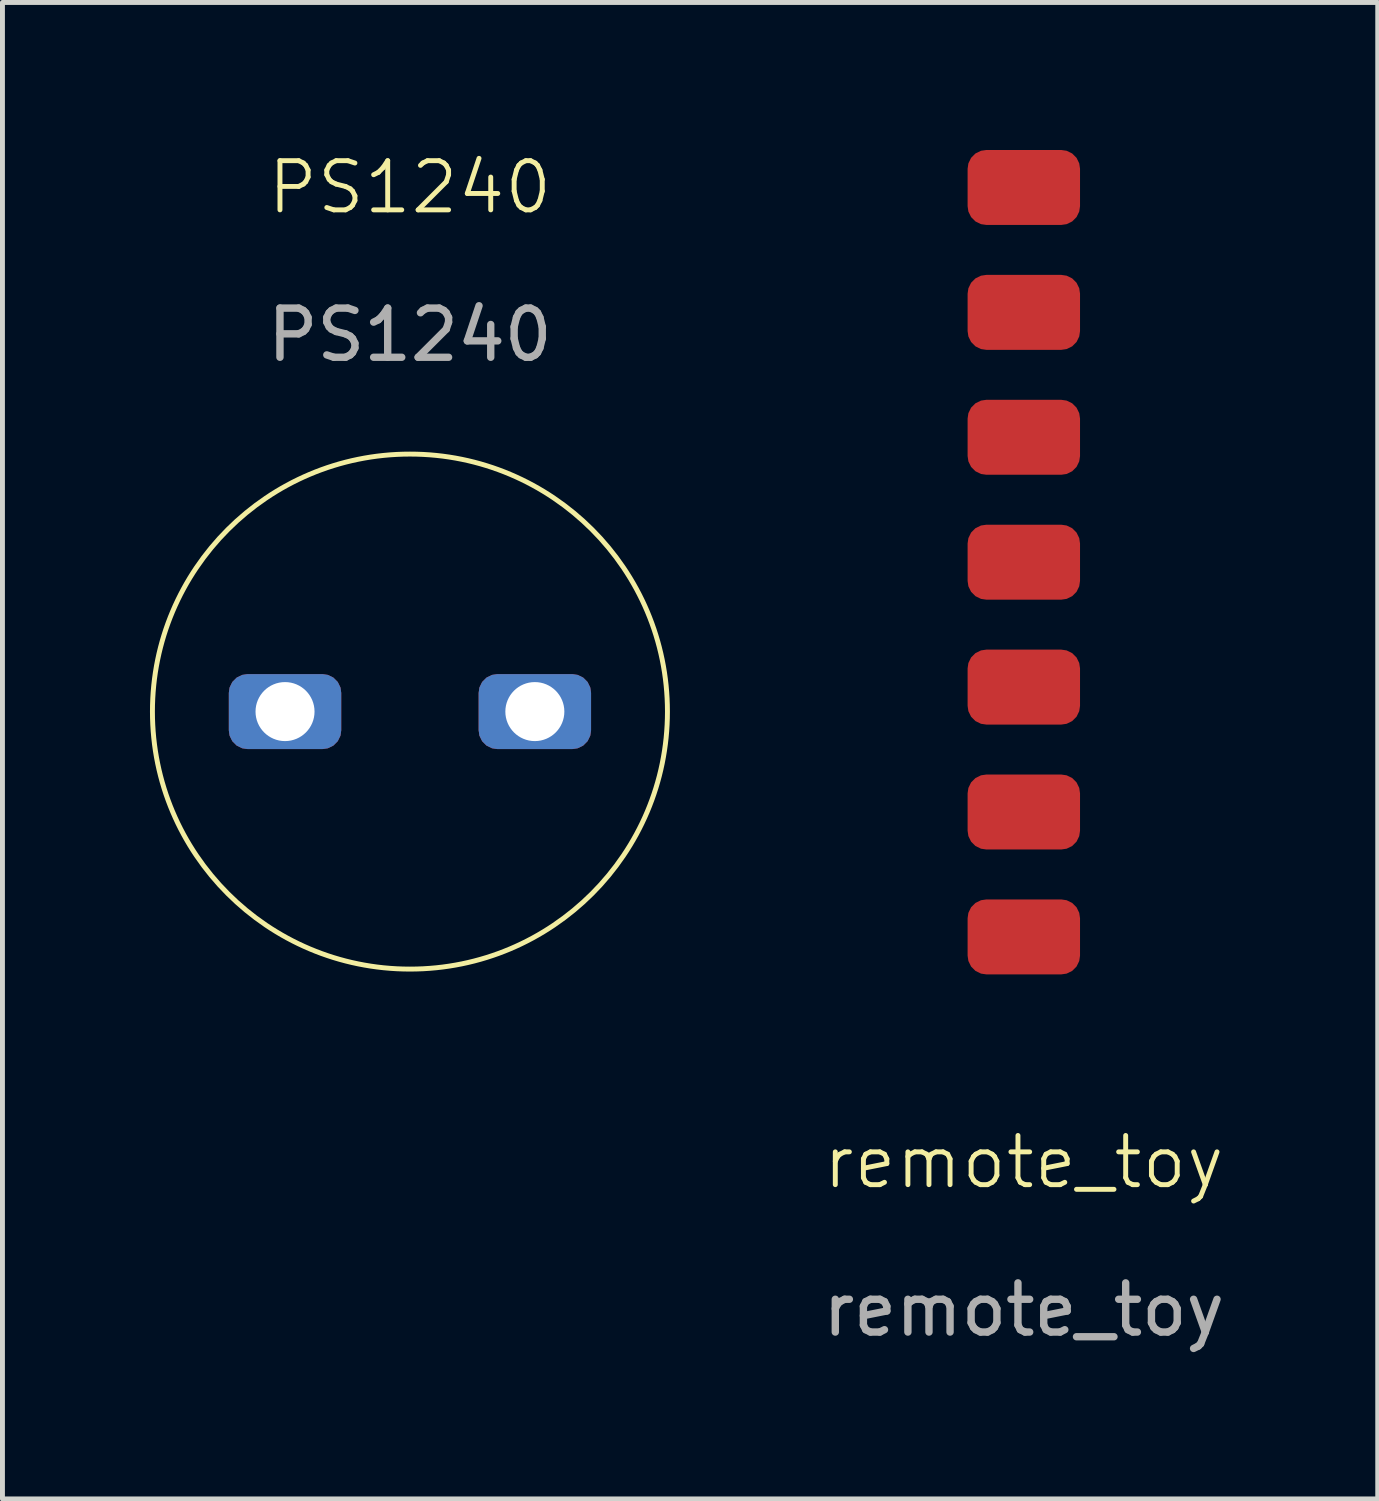
<source format=kicad_pcb>
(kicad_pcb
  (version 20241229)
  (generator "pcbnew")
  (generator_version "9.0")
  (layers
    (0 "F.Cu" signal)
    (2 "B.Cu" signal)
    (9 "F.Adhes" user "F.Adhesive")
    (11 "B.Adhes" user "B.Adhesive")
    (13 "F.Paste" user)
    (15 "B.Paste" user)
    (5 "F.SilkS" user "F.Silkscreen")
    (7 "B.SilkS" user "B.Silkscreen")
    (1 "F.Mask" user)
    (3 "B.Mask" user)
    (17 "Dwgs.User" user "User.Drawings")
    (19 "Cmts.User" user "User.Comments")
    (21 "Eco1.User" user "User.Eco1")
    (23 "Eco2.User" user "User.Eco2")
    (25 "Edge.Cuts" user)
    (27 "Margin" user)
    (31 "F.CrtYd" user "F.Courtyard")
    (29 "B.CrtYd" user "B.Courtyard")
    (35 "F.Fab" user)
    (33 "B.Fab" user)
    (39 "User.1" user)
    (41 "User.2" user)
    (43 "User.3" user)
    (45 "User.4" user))
  (footprint "PS1240"
    (layer "F.Cu")
    (at 5.286 1.26)
    (property "Reference" "PS1240" (at 0 -0.5 0) (unlocked yes) (layer "F.SilkS") (effects (font (size 1 1) (thickness 0.1))))
    (attr smd)
    (fp_circle (center 0 10.16) (end 1.27 15.24) (stroke (width 0.1) (type default)) (fill no) (layer "F.SilkS"))
    (fp_text user "${REFERENCE}" (at 0 2.5 0) (unlocked yes) (layer "F.Fab") (effects (font (size 1 1) (thickness 0.15))))
    (pad "1" thru_hole roundrect (at -2.54 10.16) (size 2.286 1.524) (drill 1.2) (layers "*.Cu" "*.Mask") (roundrect_rratio 0.25))
    (pad "2" thru_hole roundrect (at 2.54 10.16) (size 2.286 1.524) (drill 1.2) (layers "*.Cu" "*.Mask") (roundrect_rratio 0.25)))
  (footprint "remote_toy"
    (layer "F.Cu")
    (at 17.769 21.082)
    (property "Reference" "remote_toy" (at 0 -0.5 0) (unlocked yes) (layer "F.SilkS") (effects (font (size 1 1) (thickness 0.1))))
    (attr smd)
    (fp_text user "${REFERENCE}" (at 0 2.5 0) (unlocked yes) (layer "F.Fab") (effects (font (size 1 1) (thickness 0.15))))
    (pad "1" smd roundrect (at 0 -20.32) (size 2.286 1.524) (layers "F.Cu" "F.Mask" "F.Paste") (roundrect_rratio 0.25))
    (pad "2" smd roundrect (at 0 -17.78) (size 2.286 1.524) (layers "F.Cu" "F.Mask" "F.Paste") (roundrect_rratio 0.25))
    (pad "3" smd roundrect (at 0 -15.24) (size 2.286 1.524) (layers "F.Cu" "F.Mask" "F.Paste") (roundrect_rratio 0.25))
    (pad "4" smd roundrect (at 0 -12.7) (size 2.286 1.524) (layers "F.Cu" "F.Mask" "F.Paste") (roundrect_rratio 0.25))
    (pad "5" smd roundrect (at 0 -10.16) (size 2.286 1.524) (layers "F.Cu" "F.Mask" "F.Paste") (roundrect_rratio 0.25))
    (pad "6" smd roundrect (at 0 -7.62) (size 2.286 1.524) (layers "F.Cu" "F.Mask" "F.Paste") (roundrect_rratio 0.25))
    (pad "7" smd roundrect (at 0 -5.08) (size 2.286 1.524) (layers "F.Cu" "F.Mask" "F.Paste") (roundrect_rratio 0.25)))
  (gr_rect
    (start -3 -3)
    (end 24.966 27.43)
    (stroke (width 0.1) (type default))
    (fill no)
    (layer "Edge.Cuts")))
</source>
